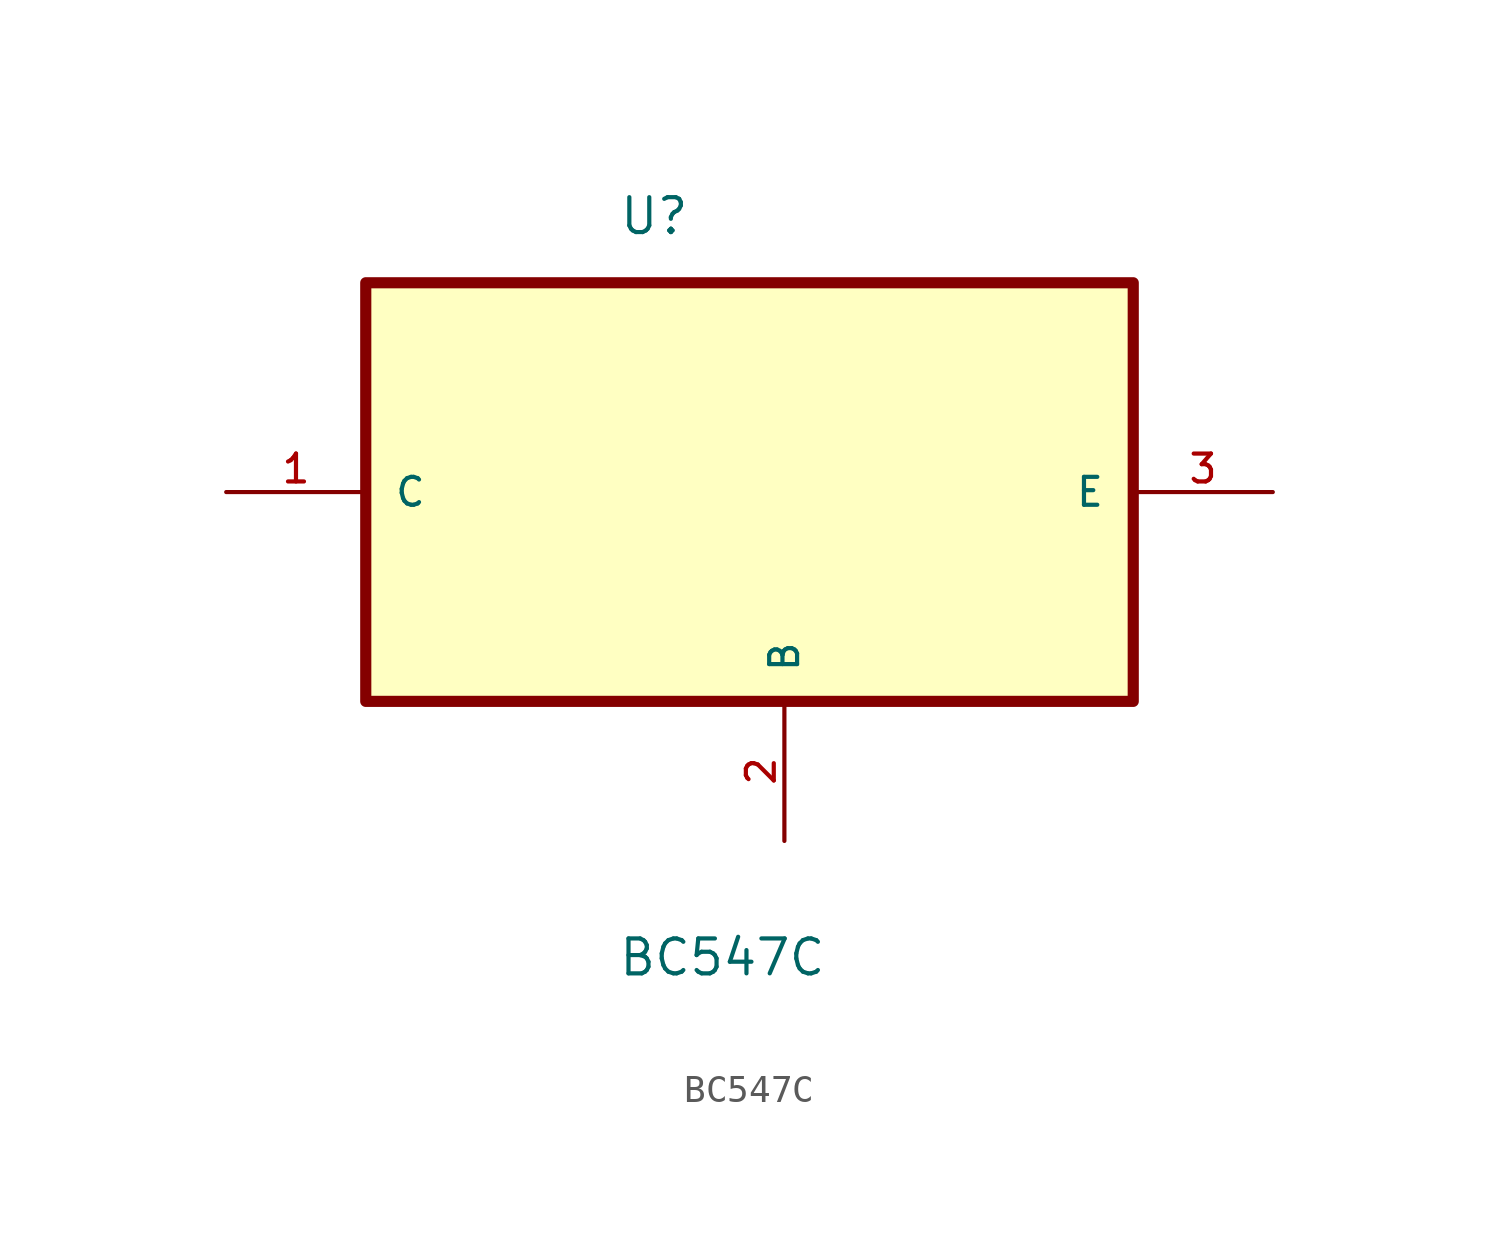
<source format=kicad_sym>
(kicad_symbol_lib
  (version 20211014)
  (generator kicad_symbol_editor)
  (symbol "BC547C"
    (pin_names
      (offset 1.016))
    (property "Reference" "U"
      (at -3.507 9.302 0.0)
      (effects (font (size 1.27 1.27)) (justify bottom left)))
    (property "Value" "BC547C"
      (at -3.537 -17.684 0.0)
      (effects (font (size 1.27 1.27)) (justify bottom left)))
    (symbol "BC547C_0_0"
      (rectangle (start -12.7 -7.62) (end 15.24 7.62) (stroke (width 0.406)) (fill (type background)))
      (pin passive line (at -17.78 0.0 0) (length 5.08) (name "C" (effects (font (size 1.016 1.016)))) (number "1" (effects (font (size 1.016 1.016)))))
      (pin passive line (at 20.32 0.0 180.0) (length 5.08) (name "E" (effects (font (size 1.016 1.016)))) (number "3" (effects (font (size 1.016 1.016)))))
      (pin passive line (at 2.54 -12.7 90.0) (length 5.08) (name "B" (effects (font (size 1.016 1.016)))) (number "2" (effects (font (size 1.016 1.016))))))))
</source>
